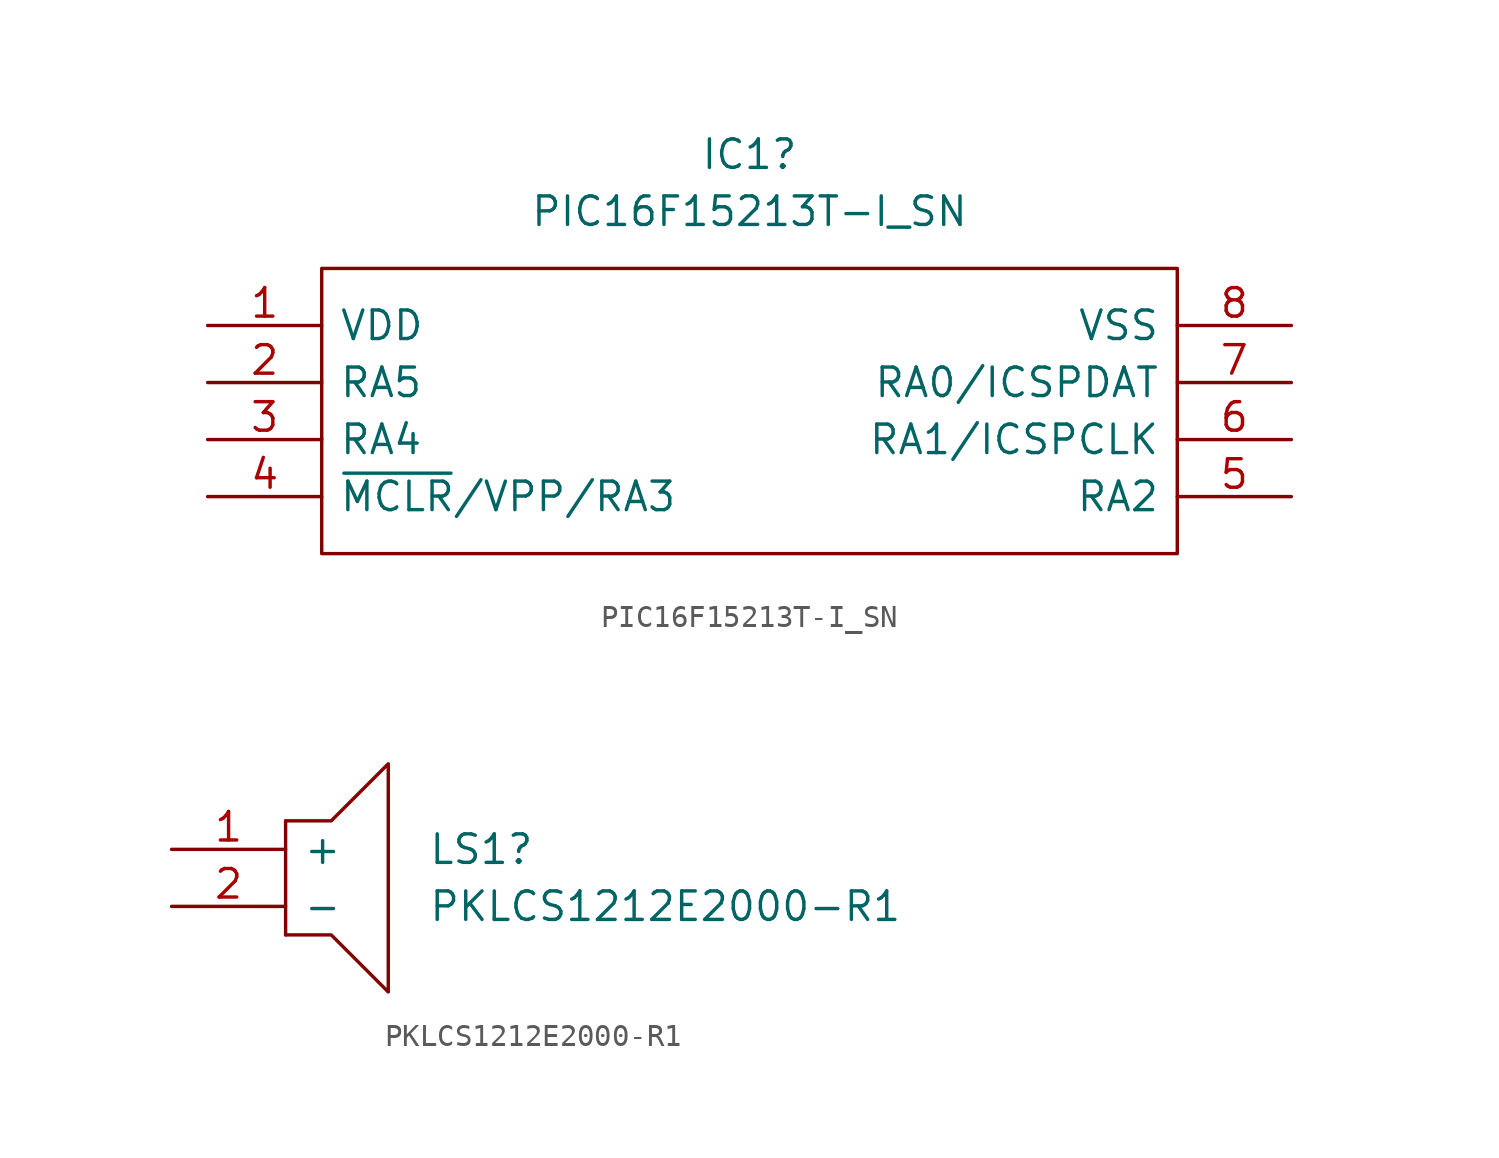
<source format=kicad_sym>
(kicad_symbol_lib
  (version 20220914)
  (generator kicad_symbol_editor)
  (symbol "PIC16F15213T-I_SN"
    (pin_names
      (offset 0.762))
    (property "Reference" "IC1"
      (at 24.13 7.62 0)
      (effects (font (size 1.27 1.27))))
    (property "Value" "PIC16F15213T-I_SN"
      (at 24.13 5.08 0)
      (effects (font (size 1.27 1.27))))
    (symbol "PIC16F15213T-I_SN_0_0"
      (pin passive line (at 0 0 0) (length 5.08) (name "VDD" (effects (font (size 1.27 1.27)))) (number "1" (effects (font (size 1.27 1.27)))))
      (pin passive line (at 0 -2.54 0) (length 5.08) (name "RA5" (effects (font (size 1.27 1.27)))) (number "2" (effects (font (size 1.27 1.27)))))
      (pin passive line (at 0 -5.08 0) (length 5.08) (name "RA4" (effects (font (size 1.27 1.27)))) (number "3" (effects (font (size 1.27 1.27)))))
      (pin passive line (at 0 -7.62 0) (length 5.08) (name "~{MCLR}/VPP/RA3" (effects (font (size 1.27 1.27)))) (number "4" (effects (font (size 1.27 1.27)))))
      (pin passive line (at 48.26 -7.62 180) (length 5.08) (name "RA2" (effects (font (size 1.27 1.27)))) (number "5" (effects (font (size 1.27 1.27)))))
      (pin passive line (at 48.26 -5.08 180) (length 5.08) (name "RA1/ICSPCLK" (effects (font (size 1.27 1.27)))) (number "6" (effects (font (size 1.27 1.27)))))
      (pin passive line (at 48.26 -2.54 180) (length 5.08) (name "RA0/ICSPDAT" (effects (font (size 1.27 1.27)))) (number "7" (effects (font (size 1.27 1.27)))))
      (pin passive line (at 48.26 0 180) (length 5.08) (name "VSS" (effects (font (size 1.27 1.27)))) (number "8" (effects (font (size 1.27 1.27))))))
    (symbol "PIC16F15213T-I_SN_0_1"
      (polyline (pts (xy 5.08 2.54) (xy 43.18 2.54) (xy 43.18 -10.16) (xy 5.08 -10.16) (xy 5.08 2.54)) (stroke (width 0.152) (type solid)) (fill (type none)))))
  (symbol "PKLCS1212E2000-R1"
    (pin_names
      (offset 0.762))
    (property "Reference" "LS1"
      (at 11.43 0 0)
      (effects (font (size 1.27 1.27)) (justify left)))
    (property "Value" "PKLCS1212E2000-R1"
      (at 11.43 -2.54 0)
      (effects (font (size 1.27 1.27)) (justify left)))
    (symbol "PKLCS1212E2000-R1_0_0"
      (pin passive line (at 0 0 0) (length 5.08) (name "+" (effects (font (size 1.27 1.27)))) (number "1" (effects (font (size 1.27 1.27)))))
      (pin passive line (at 0 -2.54 0) (length 5.08) (name "-" (effects (font (size 1.27 1.27)))) (number "2" (effects (font (size 1.27 1.27))))))
    (symbol "PKLCS1212E2000-R1_0_1"
      (polyline (pts (xy 5.08 1.27) (xy 5.08 -3.81)) (stroke (width 0.152) (type solid)) (fill (type none)))
      (polyline (pts (xy 5.08 1.27) (xy 7.112 1.27) (xy 9.652 3.81) (xy 9.652 -6.35) (xy 7.112 -3.81) (xy 5.08 -3.81)) (stroke (width 0.152) (type solid)) (fill (type none))))))
</source>
